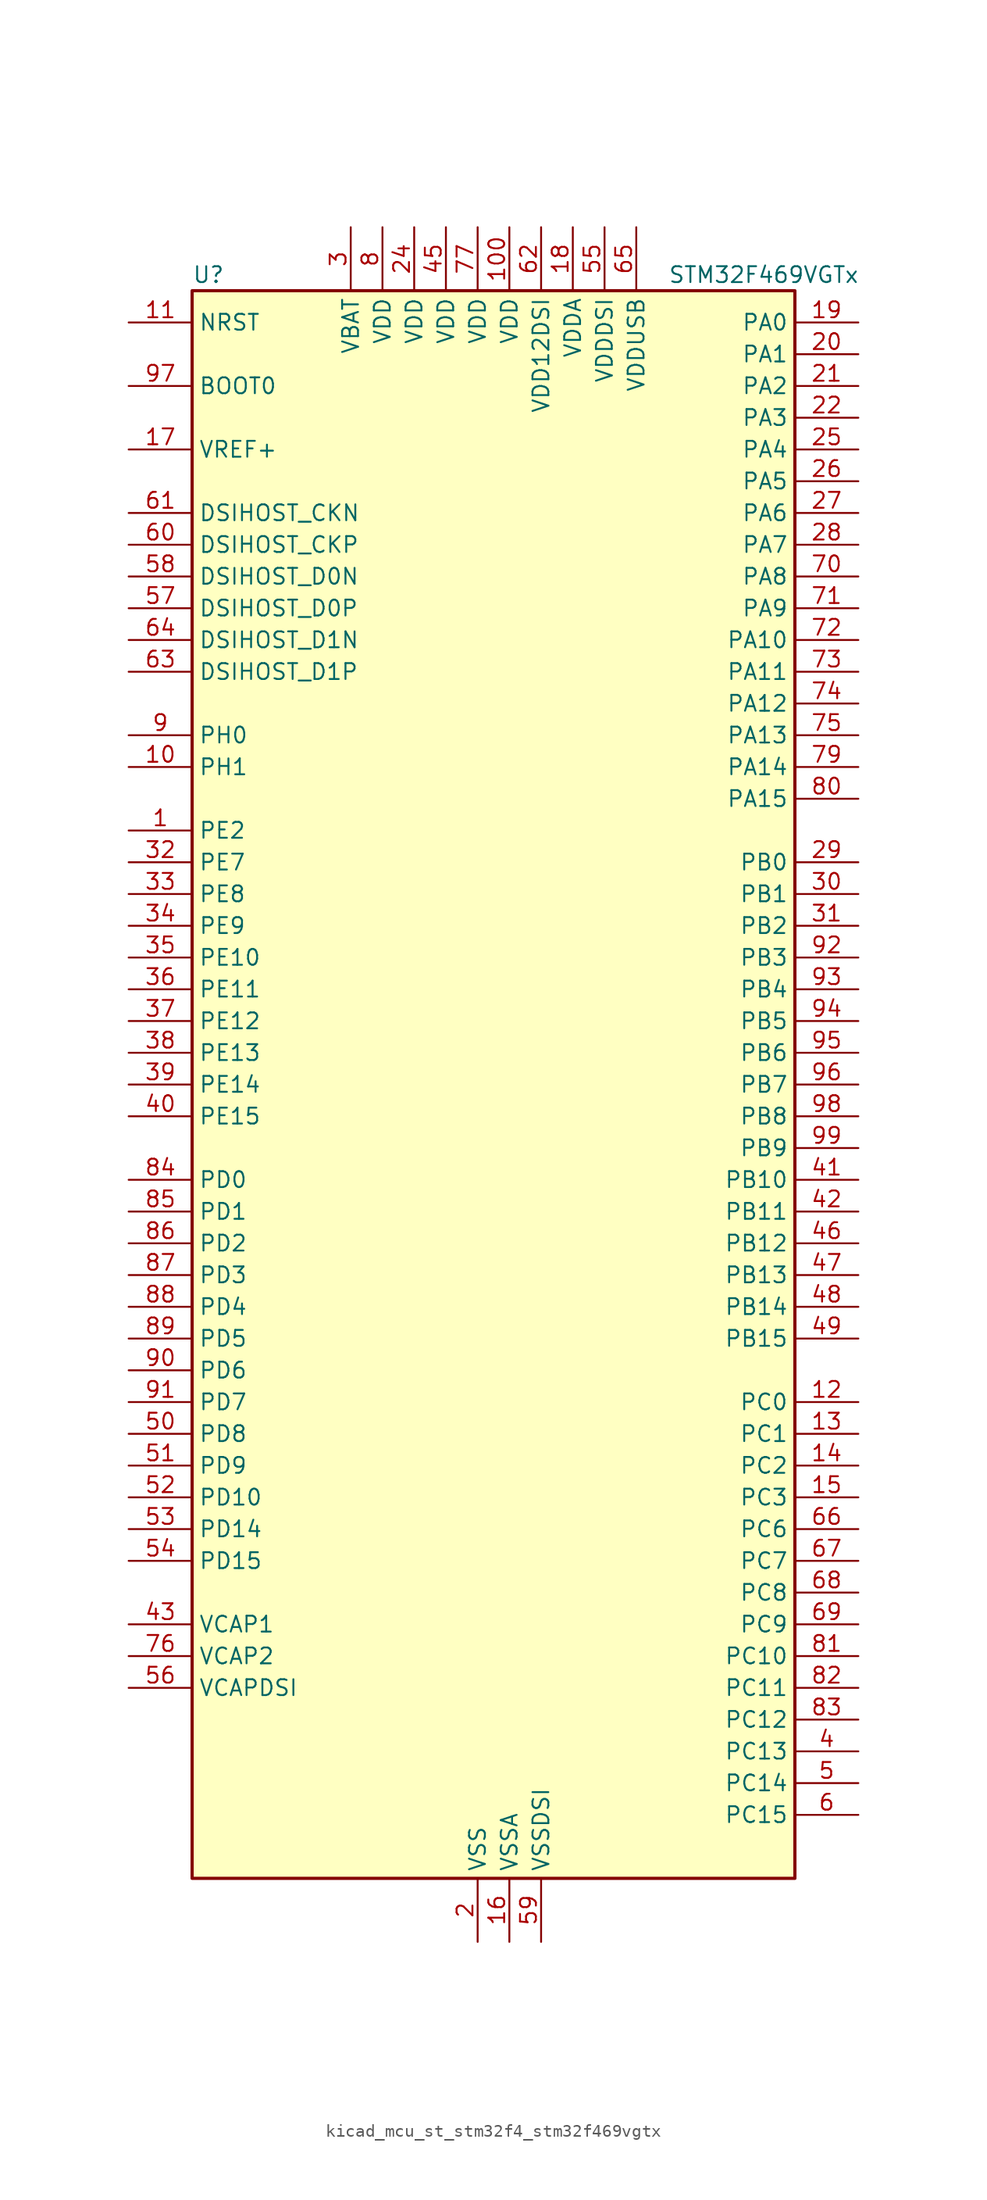
<source format=kicad_sym>
(kicad_symbol_lib
  (version 20220914)
  (generator kicad_symbol_editor)
  (symbol "kicad_mcu_st_stm32f4_stm32f469vgtx"
    (property "Reference" "U"
      (at -22.86 64.77 0)
      (effects (font (size 1.27 1.27)) (justify left)))
    (property "Value" "STM32F469VGTx"
      (at 15.24 64.77 0)
      (effects (font (size 1.27 1.27)) (justify left)))
    (property "ki_locked" ""
      (at 0 0 0)
      (effects (font (size 1.27 1.27))))
    (symbol "kicad_mcu_st_stm32f4_stm32f469vgtx_0_1"
      (rectangle (start -22.86 -63.5) (end 25.4 63.5) (stroke (width 0.254) (type default)) (fill (type background))))
    (symbol "kicad_mcu_st_stm32f4_stm32f469vgtx_1_1"
      (pin bidirectional line (at -27.94 20.32 0) (length 5.08) (name "PE2" (effects (font (size 1.27 1.27)))) (number "1" (effects (font (size 1.27 1.27)))) (alternate "FMC_A23" bidirectional line) (alternate "QUADSPI_BK1_IO2" bidirectional line) (alternate "SAI1_MCLK_A" bidirectional line) (alternate "SPI4_SCK" bidirectional line) (alternate "SYS_TRACECLK" bidirectional line))
      (pin bidirectional line (at -27.94 25.4 0) (length 5.08) (name "PH1" (effects (font (size 1.27 1.27)))) (number "10" (effects (font (size 1.27 1.27)))) (alternate "RCC_OSC_OUT" bidirectional line))
      (pin power_in line (at 2.54 68.58 270) (length 5.08) (name "VDD" (effects (font (size 1.27 1.27)))) (number "100" (effects (font (size 1.27 1.27)))))
      (pin input line (at -27.94 60.96 0) (length 5.08) (name "NRST" (effects (font (size 1.27 1.27)))) (number "11" (effects (font (size 1.27 1.27)))))
      (pin bidirectional line (at 30.48 -25.4 180) (length 5.08) (name "PC0" (effects (font (size 1.27 1.27)))) (number "12" (effects (font (size 1.27 1.27)))) (alternate "ADC1_IN10" bidirectional line) (alternate "ADC2_IN10" bidirectional line) (alternate "ADC3_IN10" bidirectional line) (alternate "FMC_SDNWE" bidirectional line) (alternate "LTDC_R5" bidirectional line) (alternate "USB_OTG_HS_ULPI_STP" bidirectional line))
      (pin bidirectional line (at 30.48 -27.94 180) (length 5.08) (name "PC1" (effects (font (size 1.27 1.27)))) (number "13" (effects (font (size 1.27 1.27)))) (alternate "ADC1_IN11" bidirectional line) (alternate "ADC2_IN11" bidirectional line) (alternate "ADC3_IN11" bidirectional line) (alternate "I2S2_SD" bidirectional line) (alternate "SAI1_SD_A" bidirectional line) (alternate "SPI2_MOSI" bidirectional line) (alternate "SYS_TRACED0" bidirectional line))
      (pin bidirectional line (at 30.48 -30.48 180) (length 5.08) (name "PC2" (effects (font (size 1.27 1.27)))) (number "14" (effects (font (size 1.27 1.27)))) (alternate "ADC1_IN12" bidirectional line) (alternate "ADC2_IN12" bidirectional line) (alternate "ADC3_IN12" bidirectional line) (alternate "FMC_SDNE0" bidirectional line) (alternate "I2S2_ext_SD" bidirectional line) (alternate "SPI2_MISO" bidirectional line) (alternate "USB_OTG_HS_ULPI_DIR" bidirectional line))
      (pin bidirectional line (at 30.48 -33.02 180) (length 5.08) (name "PC3" (effects (font (size 1.27 1.27)))) (number "15" (effects (font (size 1.27 1.27)))) (alternate "ADC1_IN13" bidirectional line) (alternate "ADC2_IN13" bidirectional line) (alternate "ADC3_IN13" bidirectional line) (alternate "FMC_SDCKE0" bidirectional line) (alternate "I2S2_SD" bidirectional line) (alternate "SPI2_MOSI" bidirectional line) (alternate "USB_OTG_HS_ULPI_NXT" bidirectional line))
      (pin power_in line (at 2.54 -68.58 90) (length 5.08) (name "VSSA" (effects (font (size 1.27 1.27)))) (number "16" (effects (font (size 1.27 1.27)))))
      (pin input line (at -27.94 50.8 0) (length 5.08) (name "VREF+" (effects (font (size 1.27 1.27)))) (number "17" (effects (font (size 1.27 1.27)))))
      (pin power_in line (at 7.62 68.58 270) (length 5.08) (name "VDDA" (effects (font (size 1.27 1.27)))) (number "18" (effects (font (size 1.27 1.27)))))
      (pin bidirectional line (at 30.48 60.96 180) (length 5.08) (name "PA0" (effects (font (size 1.27 1.27)))) (number "19" (effects (font (size 1.27 1.27)))) (alternate "ADC1_IN0" bidirectional line) (alternate "ADC2_IN0" bidirectional line) (alternate "ADC3_IN0" bidirectional line) (alternate "SYS_WKUP" bidirectional line) (alternate "TIM2_CH1" bidirectional line) (alternate "TIM2_ETR" bidirectional line) (alternate "TIM5_CH1" bidirectional line) (alternate "TIM8_ETR" bidirectional line) (alternate "UART4_TX" bidirectional line) (alternate "USART2_CTS" bidirectional line))
      (pin power_in line (at 0 -68.58 90) (length 5.08) (name "VSS" (effects (font (size 1.27 1.27)))) (number "2" (effects (font (size 1.27 1.27)))))
      (pin bidirectional line (at 30.48 58.42 180) (length 5.08) (name "PA1" (effects (font (size 1.27 1.27)))) (number "20" (effects (font (size 1.27 1.27)))) (alternate "ADC1_IN1" bidirectional line) (alternate "ADC2_IN1" bidirectional line) (alternate "ADC3_IN1" bidirectional line) (alternate "LTDC_R2" bidirectional line) (alternate "QUADSPI_BK1_IO3" bidirectional line) (alternate "TIM2_CH2" bidirectional line) (alternate "TIM5_CH2" bidirectional line) (alternate "UART4_RX" bidirectional line) (alternate "USART2_RTS" bidirectional line))
      (pin bidirectional line (at 30.48 55.88 180) (length 5.08) (name "PA2" (effects (font (size 1.27 1.27)))) (number "21" (effects (font (size 1.27 1.27)))) (alternate "ADC1_IN2" bidirectional line) (alternate "ADC2_IN2" bidirectional line) (alternate "ADC3_IN2" bidirectional line) (alternate "LTDC_R1" bidirectional line) (alternate "TIM2_CH3" bidirectional line) (alternate "TIM5_CH3" bidirectional line) (alternate "TIM9_CH1" bidirectional line) (alternate "USART2_TX" bidirectional line))
      (pin bidirectional line (at 30.48 53.34 180) (length 5.08) (name "PA3" (effects (font (size 1.27 1.27)))) (number "22" (effects (font (size 1.27 1.27)))) (alternate "ADC1_IN3" bidirectional line) (alternate "ADC2_IN3" bidirectional line) (alternate "ADC3_IN3" bidirectional line) (alternate "LTDC_B2" bidirectional line) (alternate "LTDC_B5" bidirectional line) (alternate "TIM2_CH4" bidirectional line) (alternate "TIM5_CH4" bidirectional line) (alternate "TIM9_CH2" bidirectional line) (alternate "USART2_RX" bidirectional line) (alternate "USB_OTG_HS_ULPI_D0" bidirectional line))
      (pin passive line (at 0 -68.58 90) (length 5.08) hide (name "VSS" (effects (font (size 1.27 1.27)))) (number "23" (effects (font (size 1.27 1.27)))))
      (pin power_in line (at -5.08 68.58 270) (length 5.08) (name "VDD" (effects (font (size 1.27 1.27)))) (number "24" (effects (font (size 1.27 1.27)))))
      (pin bidirectional line (at 30.48 50.8 180) (length 5.08) (name "PA4" (effects (font (size 1.27 1.27)))) (number "25" (effects (font (size 1.27 1.27)))) (alternate "ADC1_IN4" bidirectional line) (alternate "ADC2_IN4" bidirectional line) (alternate "DAC_OUT1" bidirectional line) (alternate "DCMI_HSYNC" bidirectional line) (alternate "I2S3_WS" bidirectional line) (alternate "LTDC_VSYNC" bidirectional line) (alternate "SPI1_NSS" bidirectional line) (alternate "SPI3_NSS" bidirectional line) (alternate "USART2_CK" bidirectional line) (alternate "USB_OTG_HS_SOF" bidirectional line))
      (pin bidirectional line (at 30.48 48.26 180) (length 5.08) (name "PA5" (effects (font (size 1.27 1.27)))) (number "26" (effects (font (size 1.27 1.27)))) (alternate "ADC1_IN5" bidirectional line) (alternate "ADC2_IN5" bidirectional line) (alternate "DAC_OUT2" bidirectional line) (alternate "LTDC_R4" bidirectional line) (alternate "SPI1_SCK" bidirectional line) (alternate "TIM2_CH1" bidirectional line) (alternate "TIM2_ETR" bidirectional line) (alternate "TIM8_CH1N" bidirectional line) (alternate "USB_OTG_HS_ULPI_CK" bidirectional line))
      (pin bidirectional line (at 30.48 45.72 180) (length 5.08) (name "PA6" (effects (font (size 1.27 1.27)))) (number "27" (effects (font (size 1.27 1.27)))) (alternate "ADC1_IN6" bidirectional line) (alternate "ADC2_IN6" bidirectional line) (alternate "DCMI_PIXCLK" bidirectional line) (alternate "LTDC_G2" bidirectional line) (alternate "SPI1_MISO" bidirectional line) (alternate "TIM13_CH1" bidirectional line) (alternate "TIM1_BKIN" bidirectional line) (alternate "TIM3_CH1" bidirectional line) (alternate "TIM8_BKIN" bidirectional line))
      (pin bidirectional line (at 30.48 43.18 180) (length 5.08) (name "PA7" (effects (font (size 1.27 1.27)))) (number "28" (effects (font (size 1.27 1.27)))) (alternate "ADC1_IN7" bidirectional line) (alternate "ADC2_IN7" bidirectional line) (alternate "FMC_SDNWE" bidirectional line) (alternate "QUADSPI_CLK" bidirectional line) (alternate "SPI1_MOSI" bidirectional line) (alternate "TIM14_CH1" bidirectional line) (alternate "TIM1_CH1N" bidirectional line) (alternate "TIM3_CH2" bidirectional line) (alternate "TIM8_CH1N" bidirectional line))
      (pin bidirectional line (at 30.48 17.78 180) (length 5.08) (name "PB0" (effects (font (size 1.27 1.27)))) (number "29" (effects (font (size 1.27 1.27)))) (alternate "ADC1_IN8" bidirectional line) (alternate "ADC2_IN8" bidirectional line) (alternate "LTDC_G1" bidirectional line) (alternate "LTDC_R3" bidirectional line) (alternate "TIM1_CH2N" bidirectional line) (alternate "TIM3_CH3" bidirectional line) (alternate "TIM8_CH2N" bidirectional line) (alternate "USB_OTG_HS_ULPI_D1" bidirectional line))
      (pin power_in line (at -10.16 68.58 270) (length 5.08) (name "VBAT" (effects (font (size 1.27 1.27)))) (number "3" (effects (font (size 1.27 1.27)))))
      (pin bidirectional line (at 30.48 15.24 180) (length 5.08) (name "PB1" (effects (font (size 1.27 1.27)))) (number "30" (effects (font (size 1.27 1.27)))) (alternate "ADC1_IN9" bidirectional line) (alternate "ADC2_IN9" bidirectional line) (alternate "LTDC_G0" bidirectional line) (alternate "LTDC_R6" bidirectional line) (alternate "TIM1_CH3N" bidirectional line) (alternate "TIM3_CH4" bidirectional line) (alternate "TIM8_CH3N" bidirectional line) (alternate "USB_OTG_HS_ULPI_D2" bidirectional line))
      (pin bidirectional line (at 30.48 12.7 180) (length 5.08) (name "PB2" (effects (font (size 1.27 1.27)))) (number "31" (effects (font (size 1.27 1.27)))))
      (pin bidirectional line (at -27.94 17.78 0) (length 5.08) (name "PE7" (effects (font (size 1.27 1.27)))) (number "32" (effects (font (size 1.27 1.27)))) (alternate "FMC_D4" bidirectional line) (alternate "FMC_DA4" bidirectional line) (alternate "QUADSPI_BK2_IO0" bidirectional line) (alternate "TIM1_ETR" bidirectional line) (alternate "UART7_RX" bidirectional line))
      (pin bidirectional line (at -27.94 15.24 0) (length 5.08) (name "PE8" (effects (font (size 1.27 1.27)))) (number "33" (effects (font (size 1.27 1.27)))) (alternate "FMC_D5" bidirectional line) (alternate "FMC_DA5" bidirectional line) (alternate "QUADSPI_BK2_IO1" bidirectional line) (alternate "TIM1_CH1N" bidirectional line) (alternate "UART7_TX" bidirectional line))
      (pin bidirectional line (at -27.94 12.7 0) (length 5.08) (name "PE9" (effects (font (size 1.27 1.27)))) (number "34" (effects (font (size 1.27 1.27)))) (alternate "DAC_EXTI9" bidirectional line) (alternate "FMC_D6" bidirectional line) (alternate "FMC_DA6" bidirectional line) (alternate "QUADSPI_BK2_IO2" bidirectional line) (alternate "TIM1_CH1" bidirectional line))
      (pin bidirectional line (at -27.94 10.16 0) (length 5.08) (name "PE10" (effects (font (size 1.27 1.27)))) (number "35" (effects (font (size 1.27 1.27)))) (alternate "FMC_D7" bidirectional line) (alternate "FMC_DA7" bidirectional line) (alternate "QUADSPI_BK2_IO3" bidirectional line) (alternate "TIM1_CH2N" bidirectional line))
      (pin bidirectional line (at -27.94 7.62 0) (length 5.08) (name "PE11" (effects (font (size 1.27 1.27)))) (number "36" (effects (font (size 1.27 1.27)))) (alternate "ADC1_EXTI11" bidirectional line) (alternate "ADC2_EXTI11" bidirectional line) (alternate "ADC3_EXTI11" bidirectional line) (alternate "FMC_D8" bidirectional line) (alternate "FMC_DA8" bidirectional line) (alternate "LTDC_G3" bidirectional line) (alternate "SPI4_NSS" bidirectional line) (alternate "TIM1_CH2" bidirectional line))
      (pin bidirectional line (at -27.94 5.08 0) (length 5.08) (name "PE12" (effects (font (size 1.27 1.27)))) (number "37" (effects (font (size 1.27 1.27)))) (alternate "FMC_D9" bidirectional line) (alternate "FMC_DA9" bidirectional line) (alternate "LTDC_B4" bidirectional line) (alternate "SPI4_SCK" bidirectional line) (alternate "TIM1_CH3N" bidirectional line))
      (pin bidirectional line (at -27.94 2.54 0) (length 5.08) (name "PE13" (effects (font (size 1.27 1.27)))) (number "38" (effects (font (size 1.27 1.27)))) (alternate "FMC_D10" bidirectional line) (alternate "FMC_DA10" bidirectional line) (alternate "LTDC_DE" bidirectional line) (alternate "SPI4_MISO" bidirectional line) (alternate "TIM1_CH3" bidirectional line))
      (pin bidirectional line (at -27.94 0 0) (length 5.08) (name "PE14" (effects (font (size 1.27 1.27)))) (number "39" (effects (font (size 1.27 1.27)))) (alternate "FMC_D11" bidirectional line) (alternate "FMC_DA11" bidirectional line) (alternate "LTDC_CLK" bidirectional line) (alternate "SPI4_MOSI" bidirectional line) (alternate "TIM1_CH4" bidirectional line))
      (pin bidirectional line (at 30.48 -53.34 180) (length 5.08) (name "PC13" (effects (font (size 1.27 1.27)))) (number "4" (effects (font (size 1.27 1.27)))) (alternate "RTC_AF1" bidirectional line))
      (pin bidirectional line (at -27.94 -2.54 0) (length 5.08) (name "PE15" (effects (font (size 1.27 1.27)))) (number "40" (effects (font (size 1.27 1.27)))) (alternate "ADC1_EXTI15" bidirectional line) (alternate "ADC2_EXTI15" bidirectional line) (alternate "ADC3_EXTI15" bidirectional line) (alternate "FMC_D12" bidirectional line) (alternate "FMC_DA12" bidirectional line) (alternate "LTDC_R7" bidirectional line) (alternate "TIM1_BKIN" bidirectional line))
      (pin bidirectional line (at 30.48 -7.62 180) (length 5.08) (name "PB10" (effects (font (size 1.27 1.27)))) (number "41" (effects (font (size 1.27 1.27)))) (alternate "I2C2_SCL" bidirectional line) (alternate "I2S2_CK" bidirectional line) (alternate "LTDC_G4" bidirectional line) (alternate "QUADSPI_BK1_NCS" bidirectional line) (alternate "SPI2_SCK" bidirectional line) (alternate "TIM2_CH3" bidirectional line) (alternate "USART3_TX" bidirectional line) (alternate "USB_OTG_HS_ULPI_D3" bidirectional line))
      (pin bidirectional line (at 30.48 -10.16 180) (length 5.08) (name "PB11" (effects (font (size 1.27 1.27)))) (number "42" (effects (font (size 1.27 1.27)))) (alternate "ADC1_EXTI11" bidirectional line) (alternate "ADC2_EXTI11" bidirectional line) (alternate "ADC3_EXTI11" bidirectional line) (alternate "DSIHOST_TE" bidirectional line) (alternate "I2C2_SDA" bidirectional line) (alternate "LTDC_G5" bidirectional line) (alternate "TIM2_CH4" bidirectional line) (alternate "USART3_RX" bidirectional line) (alternate "USB_OTG_HS_ULPI_D4" bidirectional line))
      (pin power_out line (at -27.94 -43.18 0) (length 5.08) (name "VCAP1" (effects (font (size 1.27 1.27)))) (number "43" (effects (font (size 1.27 1.27)))))
      (pin passive line (at 0 -68.58 90) (length 5.08) hide (name "VSS" (effects (font (size 1.27 1.27)))) (number "44" (effects (font (size 1.27 1.27)))))
      (pin power_in line (at -2.54 68.58 270) (length 5.08) (name "VDD" (effects (font (size 1.27 1.27)))) (number "45" (effects (font (size 1.27 1.27)))))
      (pin bidirectional line (at 30.48 -12.7 180) (length 5.08) (name "PB12" (effects (font (size 1.27 1.27)))) (number "46" (effects (font (size 1.27 1.27)))) (alternate "CAN2_RX" bidirectional line) (alternate "I2C2_SMBA" bidirectional line) (alternate "I2S2_WS" bidirectional line) (alternate "SPI2_NSS" bidirectional line) (alternate "TIM1_BKIN" bidirectional line) (alternate "USART3_CK" bidirectional line) (alternate "USB_OTG_HS_ID" bidirectional line) (alternate "USB_OTG_HS_ULPI_D5" bidirectional line))
      (pin bidirectional line (at 30.48 -15.24 180) (length 5.08) (name "PB13" (effects (font (size 1.27 1.27)))) (number "47" (effects (font (size 1.27 1.27)))) (alternate "CAN2_TX" bidirectional line) (alternate "I2S2_CK" bidirectional line) (alternate "SPI2_SCK" bidirectional line) (alternate "TIM1_CH1N" bidirectional line) (alternate "USART3_CTS" bidirectional line) (alternate "USB_OTG_HS_ULPI_D6" bidirectional line) (alternate "USB_OTG_HS_VBUS" bidirectional line))
      (pin bidirectional line (at 30.48 -17.78 180) (length 5.08) (name "PB14" (effects (font (size 1.27 1.27)))) (number "48" (effects (font (size 1.27 1.27)))) (alternate "I2S2_ext_SD" bidirectional line) (alternate "SPI2_MISO" bidirectional line) (alternate "TIM12_CH1" bidirectional line) (alternate "TIM1_CH2N" bidirectional line) (alternate "TIM8_CH2N" bidirectional line) (alternate "USART3_RTS" bidirectional line) (alternate "USB_OTG_HS_DM" bidirectional line))
      (pin bidirectional line (at 30.48 -20.32 180) (length 5.08) (name "PB15" (effects (font (size 1.27 1.27)))) (number "49" (effects (font (size 1.27 1.27)))) (alternate "ADC1_EXTI15" bidirectional line) (alternate "ADC2_EXTI15" bidirectional line) (alternate "ADC3_EXTI15" bidirectional line) (alternate "I2S2_SD" bidirectional line) (alternate "RTC_REFIN" bidirectional line) (alternate "SPI2_MOSI" bidirectional line) (alternate "TIM12_CH2" bidirectional line) (alternate "TIM1_CH3N" bidirectional line) (alternate "TIM8_CH3N" bidirectional line) (alternate "USB_OTG_HS_DP" bidirectional line))
      (pin bidirectional line (at 30.48 -55.88 180) (length 5.08) (name "PC14" (effects (font (size 1.27 1.27)))) (number "5" (effects (font (size 1.27 1.27)))) (alternate "RCC_OSC32_IN" bidirectional line))
      (pin bidirectional line (at -27.94 -27.94 0) (length 5.08) (name "PD8" (effects (font (size 1.27 1.27)))) (number "50" (effects (font (size 1.27 1.27)))) (alternate "FMC_D13" bidirectional line) (alternate "FMC_DA13" bidirectional line) (alternate "USART3_TX" bidirectional line))
      (pin bidirectional line (at -27.94 -30.48 0) (length 5.08) (name "PD9" (effects (font (size 1.27 1.27)))) (number "51" (effects (font (size 1.27 1.27)))) (alternate "DAC_EXTI9" bidirectional line) (alternate "FMC_D14" bidirectional line) (alternate "FMC_DA14" bidirectional line) (alternate "USART3_RX" bidirectional line))
      (pin bidirectional line (at -27.94 -33.02 0) (length 5.08) (name "PD10" (effects (font (size 1.27 1.27)))) (number "52" (effects (font (size 1.27 1.27)))) (alternate "FMC_D15" bidirectional line) (alternate "FMC_DA15" bidirectional line) (alternate "LTDC_B3" bidirectional line) (alternate "USART3_CK" bidirectional line))
      (pin bidirectional line (at -27.94 -35.56 0) (length 5.08) (name "PD14" (effects (font (size 1.27 1.27)))) (number "53" (effects (font (size 1.27 1.27)))) (alternate "FMC_D0" bidirectional line) (alternate "FMC_DA0" bidirectional line) (alternate "TIM4_CH3" bidirectional line))
      (pin bidirectional line (at -27.94 -38.1 0) (length 5.08) (name "PD15" (effects (font (size 1.27 1.27)))) (number "54" (effects (font (size 1.27 1.27)))) (alternate "ADC1_EXTI15" bidirectional line) (alternate "ADC2_EXTI15" bidirectional line) (alternate "ADC3_EXTI15" bidirectional line) (alternate "FMC_D1" bidirectional line) (alternate "FMC_DA1" bidirectional line) (alternate "TIM4_CH4" bidirectional line))
      (pin power_in line (at 10.16 68.58 270) (length 5.08) (name "VDDDSI" (effects (font (size 1.27 1.27)))) (number "55" (effects (font (size 1.27 1.27)))))
      (pin power_out line (at -27.94 -48.26 0) (length 5.08) (name "VCAPDSI" (effects (font (size 1.27 1.27)))) (number "56" (effects (font (size 1.27 1.27)))))
      (pin bidirectional line (at -27.94 38.1 0) (length 5.08) (name "DSIHOST_D0P" (effects (font (size 1.27 1.27)))) (number "57" (effects (font (size 1.27 1.27)))) (alternate "DSIHOST_D0P" bidirectional line))
      (pin bidirectional line (at -27.94 40.64 0) (length 5.08) (name "DSIHOST_D0N" (effects (font (size 1.27 1.27)))) (number "58" (effects (font (size 1.27 1.27)))) (alternate "DSIHOST_D0N" bidirectional line))
      (pin power_in line (at 5.08 -68.58 90) (length 5.08) (name "VSSDSI" (effects (font (size 1.27 1.27)))) (number "59" (effects (font (size 1.27 1.27)))))
      (pin bidirectional line (at 30.48 -58.42 180) (length 5.08) (name "PC15" (effects (font (size 1.27 1.27)))) (number "6" (effects (font (size 1.27 1.27)))) (alternate "ADC1_EXTI15" bidirectional line) (alternate "ADC2_EXTI15" bidirectional line) (alternate "ADC3_EXTI15" bidirectional line) (alternate "RCC_OSC32_OUT" bidirectional line))
      (pin bidirectional line (at -27.94 43.18 0) (length 5.08) (name "DSIHOST_CKP" (effects (font (size 1.27 1.27)))) (number "60" (effects (font (size 1.27 1.27)))) (alternate "DSIHOST_CKP" bidirectional line))
      (pin bidirectional line (at -27.94 45.72 0) (length 5.08) (name "DSIHOST_CKN" (effects (font (size 1.27 1.27)))) (number "61" (effects (font (size 1.27 1.27)))) (alternate "DSIHOST_CKN" bidirectional line))
      (pin power_in line (at 5.08 68.58 270) (length 5.08) (name "VDD12DSI" (effects (font (size 1.27 1.27)))) (number "62" (effects (font (size 1.27 1.27)))))
      (pin bidirectional line (at -27.94 33.02 0) (length 5.08) (name "DSIHOST_D1P" (effects (font (size 1.27 1.27)))) (number "63" (effects (font (size 1.27 1.27)))) (alternate "DSIHOST_D1P" bidirectional line))
      (pin bidirectional line (at -27.94 35.56 0) (length 5.08) (name "DSIHOST_D1N" (effects (font (size 1.27 1.27)))) (number "64" (effects (font (size 1.27 1.27)))) (alternate "DSIHOST_D1N" bidirectional line))
      (pin power_in line (at 12.7 68.58 270) (length 5.08) (name "VDDUSB" (effects (font (size 1.27 1.27)))) (number "65" (effects (font (size 1.27 1.27)))))
      (pin bidirectional line (at 30.48 -35.56 180) (length 5.08) (name "PC6" (effects (font (size 1.27 1.27)))) (number "66" (effects (font (size 1.27 1.27)))) (alternate "DCMI_D0" bidirectional line) (alternate "I2S2_MCK" bidirectional line) (alternate "LTDC_HSYNC" bidirectional line) (alternate "SDIO_D6" bidirectional line) (alternate "TIM3_CH1" bidirectional line) (alternate "TIM8_CH1" bidirectional line) (alternate "USART6_TX" bidirectional line))
      (pin bidirectional line (at 30.48 -38.1 180) (length 5.08) (name "PC7" (effects (font (size 1.27 1.27)))) (number "67" (effects (font (size 1.27 1.27)))) (alternate "DCMI_D1" bidirectional line) (alternate "I2S3_MCK" bidirectional line) (alternate "LTDC_G6" bidirectional line) (alternate "SDIO_D7" bidirectional line) (alternate "TIM3_CH2" bidirectional line) (alternate "TIM8_CH2" bidirectional line) (alternate "USART6_RX" bidirectional line))
      (pin bidirectional line (at 30.48 -40.64 180) (length 5.08) (name "PC8" (effects (font (size 1.27 1.27)))) (number "68" (effects (font (size 1.27 1.27)))) (alternate "DCMI_D2" bidirectional line) (alternate "SDIO_D0" bidirectional line) (alternate "SYS_TRACED1" bidirectional line) (alternate "TIM3_CH3" bidirectional line) (alternate "TIM8_CH3" bidirectional line) (alternate "USART6_CK" bidirectional line))
      (pin bidirectional line (at 30.48 -43.18 180) (length 5.08) (name "PC9" (effects (font (size 1.27 1.27)))) (number "69" (effects (font (size 1.27 1.27)))) (alternate "DAC_EXTI9" bidirectional line) (alternate "DCMI_D3" bidirectional line) (alternate "I2C3_SDA" bidirectional line) (alternate "I2S_CKIN" bidirectional line) (alternate "QUADSPI_BK1_IO0" bidirectional line) (alternate "RCC_MCO_2" bidirectional line) (alternate "SDIO_D1" bidirectional line) (alternate "TIM3_CH4" bidirectional line) (alternate "TIM8_CH4" bidirectional line))
      (pin passive line (at 0 -68.58 90) (length 5.08) hide (name "VSS" (effects (font (size 1.27 1.27)))) (number "7" (effects (font (size 1.27 1.27)))))
      (pin bidirectional line (at 30.48 40.64 180) (length 5.08) (name "PA8" (effects (font (size 1.27 1.27)))) (number "70" (effects (font (size 1.27 1.27)))) (alternate "I2C3_SCL" bidirectional line) (alternate "LTDC_R6" bidirectional line) (alternate "RCC_MCO_1" bidirectional line) (alternate "TIM1_CH1" bidirectional line) (alternate "USART1_CK" bidirectional line) (alternate "USB_OTG_FS_SOF" bidirectional line))
      (pin bidirectional line (at 30.48 38.1 180) (length 5.08) (name "PA9" (effects (font (size 1.27 1.27)))) (number "71" (effects (font (size 1.27 1.27)))) (alternate "DAC_EXTI9" bidirectional line) (alternate "DCMI_D0" bidirectional line) (alternate "I2C3_SMBA" bidirectional line) (alternate "I2S2_CK" bidirectional line) (alternate "SPI2_SCK" bidirectional line) (alternate "TIM1_CH2" bidirectional line) (alternate "USART1_TX" bidirectional line) (alternate "USB_OTG_FS_VBUS" bidirectional line))
      (pin bidirectional line (at 30.48 35.56 180) (length 5.08) (name "PA10" (effects (font (size 1.27 1.27)))) (number "72" (effects (font (size 1.27 1.27)))) (alternate "DCMI_D1" bidirectional line) (alternate "TIM1_CH3" bidirectional line) (alternate "USART1_RX" bidirectional line) (alternate "USB_OTG_FS_ID" bidirectional line))
      (pin bidirectional line (at 30.48 33.02 180) (length 5.08) (name "PA11" (effects (font (size 1.27 1.27)))) (number "73" (effects (font (size 1.27 1.27)))) (alternate "ADC1_EXTI11" bidirectional line) (alternate "ADC2_EXTI11" bidirectional line) (alternate "ADC3_EXTI11" bidirectional line) (alternate "CAN1_RX" bidirectional line) (alternate "LTDC_R4" bidirectional line) (alternate "TIM1_CH4" bidirectional line) (alternate "USART1_CTS" bidirectional line) (alternate "USB_OTG_FS_DM" bidirectional line))
      (pin bidirectional line (at 30.48 30.48 180) (length 5.08) (name "PA12" (effects (font (size 1.27 1.27)))) (number "74" (effects (font (size 1.27 1.27)))) (alternate "CAN1_TX" bidirectional line) (alternate "LTDC_R5" bidirectional line) (alternate "TIM1_ETR" bidirectional line) (alternate "USART1_RTS" bidirectional line) (alternate "USB_OTG_FS_DP" bidirectional line))
      (pin bidirectional line (at 30.48 27.94 180) (length 5.08) (name "PA13" (effects (font (size 1.27 1.27)))) (number "75" (effects (font (size 1.27 1.27)))) (alternate "SYS_JTMS-SWDIO" bidirectional line))
      (pin power_out line (at -27.94 -45.72 0) (length 5.08) (name "VCAP2" (effects (font (size 1.27 1.27)))) (number "76" (effects (font (size 1.27 1.27)))))
      (pin power_in line (at 0 68.58 270) (length 5.08) (name "VDD" (effects (font (size 1.27 1.27)))) (number "77" (effects (font (size 1.27 1.27)))))
      (pin passive line (at 0 -68.58 90) (length 5.08) hide (name "VSS" (effects (font (size 1.27 1.27)))) (number "78" (effects (font (size 1.27 1.27)))))
      (pin bidirectional line (at 30.48 25.4 180) (length 5.08) (name "PA14" (effects (font (size 1.27 1.27)))) (number "79" (effects (font (size 1.27 1.27)))) (alternate "SYS_JTCK-SWCLK" bidirectional line))
      (pin power_in line (at -7.62 68.58 270) (length 5.08) (name "VDD" (effects (font (size 1.27 1.27)))) (number "8" (effects (font (size 1.27 1.27)))))
      (pin bidirectional line (at 30.48 22.86 180) (length 5.08) (name "PA15" (effects (font (size 1.27 1.27)))) (number "80" (effects (font (size 1.27 1.27)))) (alternate "ADC1_EXTI15" bidirectional line) (alternate "ADC2_EXTI15" bidirectional line) (alternate "ADC3_EXTI15" bidirectional line) (alternate "I2S3_WS" bidirectional line) (alternate "SPI1_NSS" bidirectional line) (alternate "SPI3_NSS" bidirectional line) (alternate "SYS_JTDI" bidirectional line) (alternate "TIM2_CH1" bidirectional line) (alternate "TIM2_ETR" bidirectional line))
      (pin bidirectional line (at 30.48 -45.72 180) (length 5.08) (name "PC10" (effects (font (size 1.27 1.27)))) (number "81" (effects (font (size 1.27 1.27)))) (alternate "DCMI_D8" bidirectional line) (alternate "I2S3_CK" bidirectional line) (alternate "LTDC_R2" bidirectional line) (alternate "QUADSPI_BK1_IO1" bidirectional line) (alternate "SDIO_D2" bidirectional line) (alternate "SPI3_SCK" bidirectional line) (alternate "UART4_TX" bidirectional line) (alternate "USART3_TX" bidirectional line))
      (pin bidirectional line (at 30.48 -48.26 180) (length 5.08) (name "PC11" (effects (font (size 1.27 1.27)))) (number "82" (effects (font (size 1.27 1.27)))) (alternate "ADC1_EXTI11" bidirectional line) (alternate "ADC2_EXTI11" bidirectional line) (alternate "ADC3_EXTI11" bidirectional line) (alternate "DCMI_D4" bidirectional line) (alternate "I2S3_ext_SD" bidirectional line) (alternate "QUADSPI_BK2_NCS" bidirectional line) (alternate "SDIO_D3" bidirectional line) (alternate "SPI3_MISO" bidirectional line) (alternate "UART4_RX" bidirectional line) (alternate "USART3_RX" bidirectional line))
      (pin bidirectional line (at 30.48 -50.8 180) (length 5.08) (name "PC12" (effects (font (size 1.27 1.27)))) (number "83" (effects (font (size 1.27 1.27)))) (alternate "DCMI_D9" bidirectional line) (alternate "I2S3_SD" bidirectional line) (alternate "SDIO_CK" bidirectional line) (alternate "SPI3_MOSI" bidirectional line) (alternate "SYS_TRACED3" bidirectional line) (alternate "UART5_TX" bidirectional line) (alternate "USART3_CK" bidirectional line))
      (pin bidirectional line (at -27.94 -7.62 0) (length 5.08) (name "PD0" (effects (font (size 1.27 1.27)))) (number "84" (effects (font (size 1.27 1.27)))) (alternate "CAN1_RX" bidirectional line) (alternate "FMC_D2" bidirectional line) (alternate "FMC_DA2" bidirectional line))
      (pin bidirectional line (at -27.94 -10.16 0) (length 5.08) (name "PD1" (effects (font (size 1.27 1.27)))) (number "85" (effects (font (size 1.27 1.27)))) (alternate "CAN1_TX" bidirectional line) (alternate "FMC_D3" bidirectional line) (alternate "FMC_DA3" bidirectional line))
      (pin bidirectional line (at -27.94 -12.7 0) (length 5.08) (name "PD2" (effects (font (size 1.27 1.27)))) (number "86" (effects (font (size 1.27 1.27)))) (alternate "DCMI_D11" bidirectional line) (alternate "SDIO_CMD" bidirectional line) (alternate "SYS_TRACED2" bidirectional line) (alternate "TIM3_ETR" bidirectional line) (alternate "UART5_RX" bidirectional line))
      (pin bidirectional line (at -27.94 -15.24 0) (length 5.08) (name "PD3" (effects (font (size 1.27 1.27)))) (number "87" (effects (font (size 1.27 1.27)))) (alternate "DCMI_D5" bidirectional line) (alternate "FMC_CLK" bidirectional line) (alternate "I2S2_CK" bidirectional line) (alternate "LTDC_G7" bidirectional line) (alternate "SPI2_SCK" bidirectional line) (alternate "USART2_CTS" bidirectional line))
      (pin bidirectional line (at -27.94 -17.78 0) (length 5.08) (name "PD4" (effects (font (size 1.27 1.27)))) (number "88" (effects (font (size 1.27 1.27)))) (alternate "FMC_NOE" bidirectional line) (alternate "USART2_RTS" bidirectional line))
      (pin bidirectional line (at -27.94 -20.32 0) (length 5.08) (name "PD5" (effects (font (size 1.27 1.27)))) (number "89" (effects (font (size 1.27 1.27)))) (alternate "FMC_NWE" bidirectional line) (alternate "USART2_TX" bidirectional line))
      (pin bidirectional line (at -27.94 27.94 0) (length 5.08) (name "PH0" (effects (font (size 1.27 1.27)))) (number "9" (effects (font (size 1.27 1.27)))) (alternate "RCC_OSC_IN" bidirectional line))
      (pin bidirectional line (at -27.94 -22.86 0) (length 5.08) (name "PD6" (effects (font (size 1.27 1.27)))) (number "90" (effects (font (size 1.27 1.27)))) (alternate "DCMI_D10" bidirectional line) (alternate "FMC_NWAIT" bidirectional line) (alternate "I2S3_SD" bidirectional line) (alternate "LTDC_B2" bidirectional line) (alternate "SAI1_SD_A" bidirectional line) (alternate "SPI3_MOSI" bidirectional line) (alternate "USART2_RX" bidirectional line))
      (pin bidirectional line (at -27.94 -25.4 0) (length 5.08) (name "PD7" (effects (font (size 1.27 1.27)))) (number "91" (effects (font (size 1.27 1.27)))) (alternate "FMC_NE1" bidirectional line) (alternate "USART2_CK" bidirectional line))
      (pin bidirectional line (at 30.48 10.16 180) (length 5.08) (name "PB3" (effects (font (size 1.27 1.27)))) (number "92" (effects (font (size 1.27 1.27)))) (alternate "I2S3_CK" bidirectional line) (alternate "SPI1_SCK" bidirectional line) (alternate "SPI3_SCK" bidirectional line) (alternate "SYS_JTDO-SWO" bidirectional line) (alternate "TIM2_CH2" bidirectional line))
      (pin bidirectional line (at 30.48 7.62 180) (length 5.08) (name "PB4" (effects (font (size 1.27 1.27)))) (number "93" (effects (font (size 1.27 1.27)))) (alternate "I2S3_ext_SD" bidirectional line) (alternate "SPI1_MISO" bidirectional line) (alternate "SPI3_MISO" bidirectional line) (alternate "SYS_JTRST" bidirectional line) (alternate "TIM3_CH1" bidirectional line))
      (pin bidirectional line (at 30.48 5.08 180) (length 5.08) (name "PB5" (effects (font (size 1.27 1.27)))) (number "94" (effects (font (size 1.27 1.27)))) (alternate "CAN2_RX" bidirectional line) (alternate "DCMI_D10" bidirectional line) (alternate "FMC_SDCKE1" bidirectional line) (alternate "I2C1_SMBA" bidirectional line) (alternate "I2S3_SD" bidirectional line) (alternate "LTDC_G7" bidirectional line) (alternate "SPI1_MOSI" bidirectional line) (alternate "SPI3_MOSI" bidirectional line) (alternate "TIM3_CH2" bidirectional line) (alternate "USB_OTG_HS_ULPI_D7" bidirectional line))
      (pin bidirectional line (at 30.48 2.54 180) (length 5.08) (name "PB6" (effects (font (size 1.27 1.27)))) (number "95" (effects (font (size 1.27 1.27)))) (alternate "CAN2_TX" bidirectional line) (alternate "DCMI_D5" bidirectional line) (alternate "FMC_SDNE1" bidirectional line) (alternate "I2C1_SCL" bidirectional line) (alternate "QUADSPI_BK1_NCS" bidirectional line) (alternate "TIM4_CH1" bidirectional line) (alternate "USART1_TX" bidirectional line))
      (pin bidirectional line (at 30.48 0 180) (length 5.08) (name "PB7" (effects (font (size 1.27 1.27)))) (number "96" (effects (font (size 1.27 1.27)))) (alternate "DCMI_VSYNC" bidirectional line) (alternate "FMC_NL" bidirectional line) (alternate "I2C1_SDA" bidirectional line) (alternate "TIM4_CH2" bidirectional line) (alternate "USART1_RX" bidirectional line))
      (pin input line (at -27.94 55.88 0) (length 5.08) (name "BOOT0" (effects (font (size 1.27 1.27)))) (number "97" (effects (font (size 1.27 1.27)))))
      (pin bidirectional line (at 30.48 -2.54 180) (length 5.08) (name "PB8" (effects (font (size 1.27 1.27)))) (number "98" (effects (font (size 1.27 1.27)))) (alternate "CAN1_RX" bidirectional line) (alternate "DCMI_D6" bidirectional line) (alternate "I2C1_SCL" bidirectional line) (alternate "LTDC_B6" bidirectional line) (alternate "SDIO_D4" bidirectional line) (alternate "TIM10_CH1" bidirectional line) (alternate "TIM4_CH3" bidirectional line))
      (pin bidirectional line (at 30.48 -5.08 180) (length 5.08) (name "PB9" (effects (font (size 1.27 1.27)))) (number "99" (effects (font (size 1.27 1.27)))) (alternate "CAN1_TX" bidirectional line) (alternate "DAC_EXTI9" bidirectional line) (alternate "DCMI_D7" bidirectional line) (alternate "I2C1_SDA" bidirectional line) (alternate "I2S2_WS" bidirectional line) (alternate "LTDC_B7" bidirectional line) (alternate "SDIO_D5" bidirectional line) (alternate "SPI2_NSS" bidirectional line) (alternate "TIM11_CH1" bidirectional line) (alternate "TIM4_CH4" bidirectional line)))))
</source>
